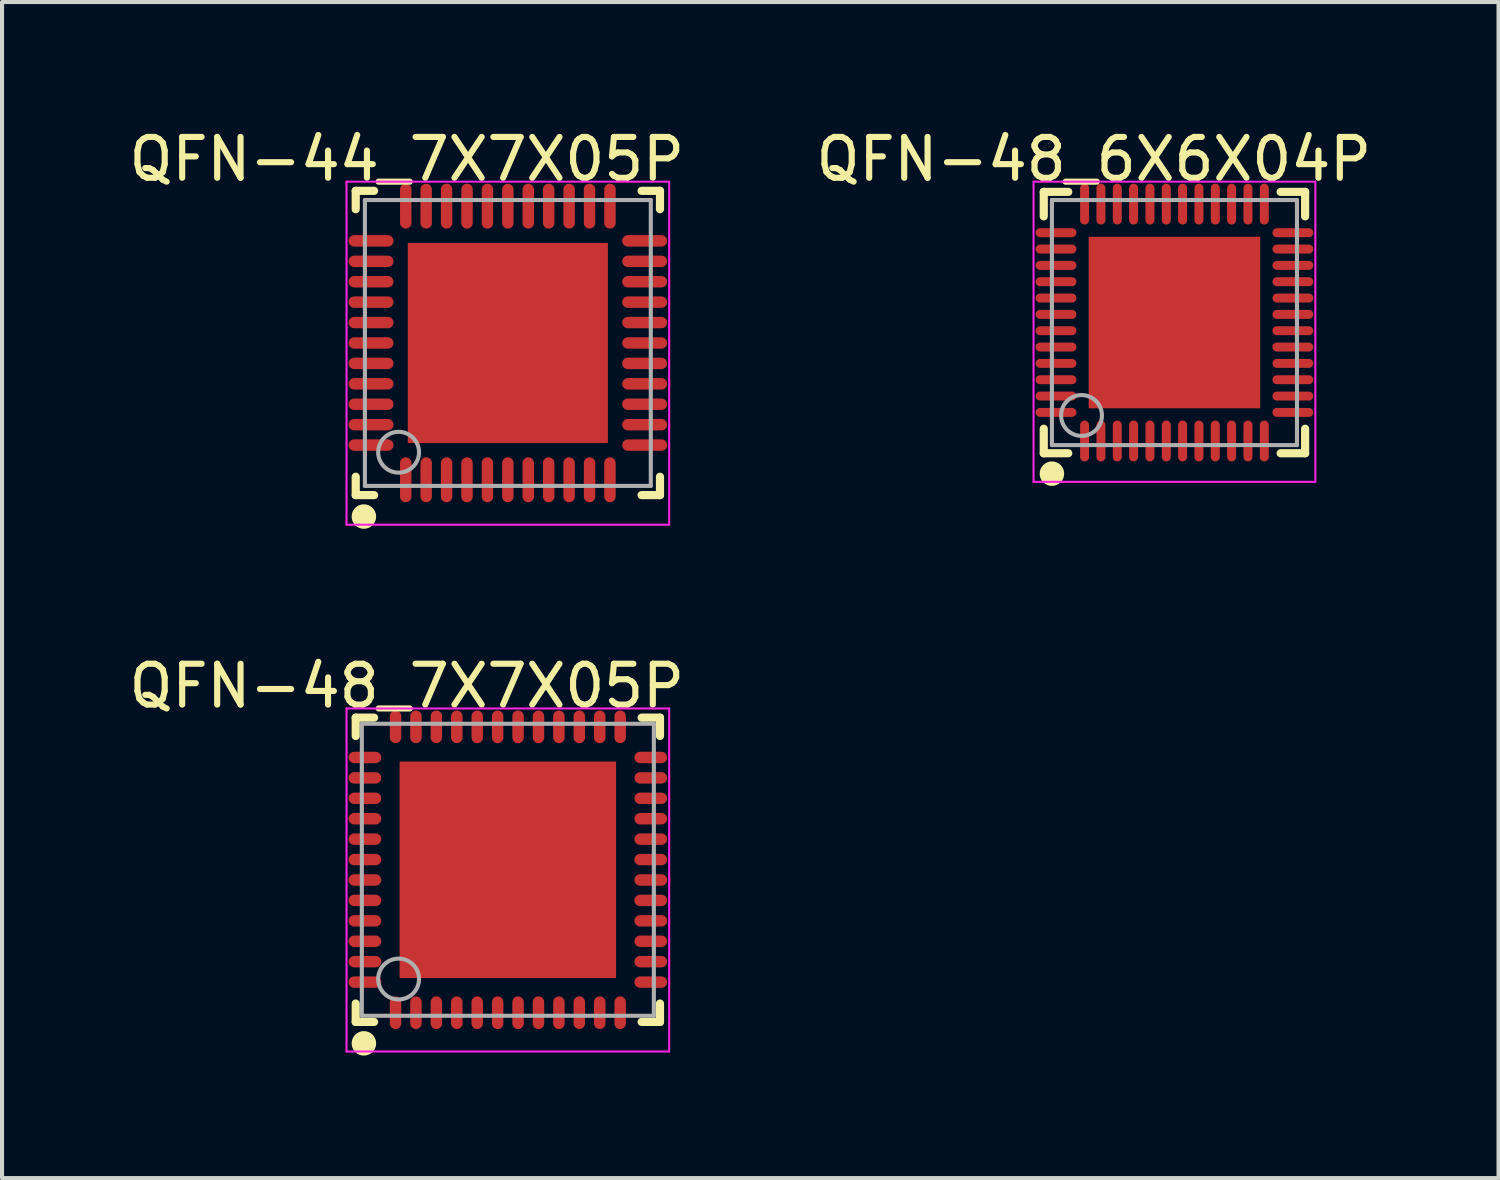
<source format=kicad_pcb>
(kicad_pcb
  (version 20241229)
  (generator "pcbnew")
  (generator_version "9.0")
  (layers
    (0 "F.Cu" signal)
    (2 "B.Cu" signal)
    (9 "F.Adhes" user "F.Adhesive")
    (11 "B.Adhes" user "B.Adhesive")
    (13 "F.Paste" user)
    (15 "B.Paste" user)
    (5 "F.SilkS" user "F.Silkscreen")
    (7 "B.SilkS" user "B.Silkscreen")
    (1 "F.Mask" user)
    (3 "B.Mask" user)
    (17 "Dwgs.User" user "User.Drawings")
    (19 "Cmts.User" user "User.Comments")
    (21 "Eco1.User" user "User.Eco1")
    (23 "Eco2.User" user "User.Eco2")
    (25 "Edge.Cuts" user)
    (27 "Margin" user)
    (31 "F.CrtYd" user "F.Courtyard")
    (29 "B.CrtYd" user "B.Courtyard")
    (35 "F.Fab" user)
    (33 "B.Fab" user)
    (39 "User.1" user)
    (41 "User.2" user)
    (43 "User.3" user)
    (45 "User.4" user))
  (footprint "QFN-48_6X6X04P"
    (layer "F.Cu")
    (at 25.707 4.848)
    (property "Reference" "QFN-48_6X6X04P" (at -1.974 -4 0) (layer "F.SilkS") (effects (font (size 1 1) (thickness 0.15))))
    (attr through_hole)
    (fp_line (start -3.2 -3.2) (end -2.6 -3.2) (stroke (width 0.2) (type solid)) (layer "F.SilkS"))
    (fp_line (start -3.2 -2.6) (end -3.2 -3.2) (stroke (width 0.2) (type solid)) (layer "F.SilkS"))
    (fp_line (start -3.2 3.2) (end -3.2 2.6) (stroke (width 0.2) (type solid)) (layer "F.SilkS"))
    (fp_line (start -3.2 3.2) (end -2.6 3.2) (stroke (width 0.2) (type solid)) (layer "F.SilkS"))
    (fp_line (start 2.6 -3.2) (end 3.2 -3.2) (stroke (width 0.2) (type solid)) (layer "F.SilkS"))
    (fp_line (start 2.6 3.2) (end 3.2 3.2) (stroke (width 0.2) (type solid)) (layer "F.SilkS"))
    (fp_line (start 3.2 -2.6) (end 3.2 -3.2) (stroke (width 0.2) (type solid)) (layer "F.SilkS"))
    (fp_line (start 3.2 3.2) (end 3.2 2.6) (stroke (width 0.2) (type solid)) (layer "F.SilkS"))
    (fp_circle (center -3 3.7) (end -2.85 3.7) (stroke (width 0.3) (type solid)) (fill no) (layer "F.SilkS"))
    (fp_line (start -3.45 -3.45) (end 3.45 -3.45) (stroke (width 0.05) (type solid)) (layer "F.CrtYd"))
    (fp_line (start -3.45 3.9) (end -3.45 -3.45) (stroke (width 0.05) (type solid)) (layer "F.CrtYd"))
    (fp_line (start 3.45 -3.45) (end 3.45 3.9) (stroke (width 0.05) (type solid)) (layer "F.CrtYd"))
    (fp_line (start 3.45 3.9) (end -3.45 3.9) (stroke (width 0.05) (type solid)) (layer "F.CrtYd"))
    (fp_line (start -3 -3) (end 3 -3) (stroke (width 0.1) (type solid)) (layer "F.Fab"))
    (fp_line (start -3 3) (end -3 -3) (stroke (width 0.1) (type solid)) (layer "F.Fab"))
    (fp_line (start -3 3) (end 3 3) (stroke (width 0.1) (type solid)) (layer "F.Fab"))
    (fp_line (start 3 3) (end 3 -3) (stroke (width 0.1) (type solid)) (layer "F.Fab"))
    (fp_circle (center -2.275 2.275) (end -1.775 2.275) (stroke (width 0.1) (type solid)) (fill no) (layer "F.Fab"))
    (pad "0" smd rect (at 0 0 90) (size 4.2 4.2) (layers "F.Cu" "F.Mask" "F.Paste"))
    (pad "1" smd oval (at -2.2 2.9) (size 0.22 1) (layers "F.Cu" "F.Mask" "F.Paste"))
    (pad "2" smd oval (at -1.8 2.9) (size 0.22 1) (layers "F.Cu" "F.Mask" "F.Paste"))
    (pad "3" smd oval (at -1.4 2.9) (size 0.22 1) (layers "F.Cu" "F.Mask" "F.Paste"))
    (pad "4" smd oval (at -1 2.9) (size 0.22 1) (layers "F.Cu" "F.Mask" "F.Paste"))
    (pad "5" smd oval (at -0.6 2.9) (size 0.22 1) (layers "F.Cu" "F.Mask" "F.Paste"))
    (pad "6" smd oval (at -0.2 2.9) (size 0.22 1) (layers "F.Cu" "F.Mask" "F.Paste"))
    (pad "7" smd oval (at 0.2 2.9) (size 0.22 1) (layers "F.Cu" "F.Mask" "F.Paste"))
    (pad "8" smd oval (at 0.6 2.9) (size 0.22 1) (layers "F.Cu" "F.Mask" "F.Paste"))
    (pad "9" smd oval (at 1 2.9) (size 0.22 1) (layers "F.Cu" "F.Mask" "F.Paste"))
    (pad "10" smd oval (at 1.4 2.9) (size 0.22 1) (layers "F.Cu" "F.Mask" "F.Paste"))
    (pad "11" smd oval (at 1.8 2.9) (size 0.22 1) (layers "F.Cu" "F.Mask" "F.Paste"))
    (pad "12" smd oval (at 2.2 2.9) (size 0.22 1) (layers "F.Cu" "F.Mask" "F.Paste"))
    (pad "13" smd oval (at 2.9 2.2 90) (size 0.22 1) (layers "F.Cu" "F.Mask" "F.Paste"))
    (pad "14" smd oval (at 2.9 1.8 90) (size 0.22 1) (layers "F.Cu" "F.Mask" "F.Paste"))
    (pad "15" smd oval (at 2.9 1.4 90) (size 0.22 1) (layers "F.Cu" "F.Mask" "F.Paste"))
    (pad "16" smd oval (at 2.9 1 90) (size 0.22 1) (layers "F.Cu" "F.Mask" "F.Paste"))
    (pad "17" smd oval (at 2.9 0.6 90) (size 0.22 1) (layers "F.Cu" "F.Mask" "F.Paste"))
    (pad "18" smd oval (at 2.9 0.2 90) (size 0.22 1) (layers "F.Cu" "F.Mask" "F.Paste"))
    (pad "19" smd oval (at 2.9 -0.2 90) (size 0.22 1) (layers "F.Cu" "F.Mask" "F.Paste"))
    (pad "20" smd oval (at 2.9 -0.6 90) (size 0.22 1) (layers "F.Cu" "F.Mask" "F.Paste"))
    (pad "21" smd oval (at 2.9 -1 90) (size 0.22 1) (layers "F.Cu" "F.Mask" "F.Paste"))
    (pad "22" smd oval (at 2.9 -1.4 90) (size 0.22 1) (layers "F.Cu" "F.Mask" "F.Paste"))
    (pad "23" smd oval (at 2.9 -1.8 90) (size 0.22 1) (layers "F.Cu" "F.Mask" "F.Paste"))
    (pad "24" smd oval (at 2.9 -2.2 90) (size 0.22 1) (layers "F.Cu" "F.Mask" "F.Paste"))
    (pad "25" smd oval (at 2.2 -2.9 180) (size 0.22 1) (layers "F.Cu" "F.Mask" "F.Paste"))
    (pad "26" smd oval (at 1.8 -2.9 180) (size 0.22 1) (layers "F.Cu" "F.Mask" "F.Paste"))
    (pad "27" smd oval (at 1.4 -2.9 180) (size 0.22 1) (layers "F.Cu" "F.Mask" "F.Paste"))
    (pad "28" smd oval (at 1 -2.9 180) (size 0.22 1) (layers "F.Cu" "F.Mask" "F.Paste"))
    (pad "29" smd oval (at 0.6 -2.9 180) (size 0.22 1) (layers "F.Cu" "F.Mask" "F.Paste"))
    (pad "30" smd oval (at 0.2 -2.9 180) (size 0.22 1) (layers "F.Cu" "F.Mask" "F.Paste"))
    (pad "31" smd oval (at -0.2 -2.9 180) (size 0.22 1) (layers "F.Cu" "F.Mask" "F.Paste"))
    (pad "32" smd oval (at -0.6 -2.9 180) (size 0.22 1) (layers "F.Cu" "F.Mask" "F.Paste"))
    (pad "33" smd oval (at -1 -2.9 180) (size 0.22 1) (layers "F.Cu" "F.Mask" "F.Paste"))
    (pad "34" smd oval (at -1.4 -2.9 180) (size 0.22 1) (layers "F.Cu" "F.Mask" "F.Paste"))
    (pad "35" smd oval (at -1.8 -2.9 180) (size 0.22 1) (layers "F.Cu" "F.Mask" "F.Paste"))
    (pad "36" smd oval (at -2.2 -2.9 180) (size 0.22 1) (layers "F.Cu" "F.Mask" "F.Paste"))
    (pad "37" smd oval (at -2.9 -2.2 270) (size 0.22 1) (layers "F.Cu" "F.Mask" "F.Paste"))
    (pad "38" smd oval (at -2.9 -1.8 270) (size 0.22 1) (layers "F.Cu" "F.Mask" "F.Paste"))
    (pad "39" smd oval (at -2.9 -1.4 270) (size 0.22 1) (layers "F.Cu" "F.Mask" "F.Paste"))
    (pad "40" smd oval (at -2.9 -1 270) (size 0.22 1) (layers "F.Cu" "F.Mask" "F.Paste"))
    (pad "41" smd oval (at -2.9 -0.6 270) (size 0.22 1) (layers "F.Cu" "F.Mask" "F.Paste"))
    (pad "42" smd oval (at -2.9 -0.2 270) (size 0.22 1) (layers "F.Cu" "F.Mask" "F.Paste"))
    (pad "43" smd oval (at -2.9 0.2 270) (size 0.22 1) (layers "F.Cu" "F.Mask" "F.Paste"))
    (pad "44" smd oval (at -2.9 0.6 270) (size 0.22 1) (layers "F.Cu" "F.Mask" "F.Paste"))
    (pad "45" smd oval (at -2.9 1 270) (size 0.22 1) (layers "F.Cu" "F.Mask" "F.Paste"))
    (pad "46" smd oval (at -2.9 1.4 270) (size 0.22 1) (layers "F.Cu" "F.Mask" "F.Paste"))
    (pad "47" smd oval (at -2.9 1.8 270) (size 0.22 1) (layers "F.Cu" "F.Mask" "F.Paste"))
    (pad "48" smd oval (at -2.9 2.2 270) (size 0.22 1) (layers "F.Cu" "F.Mask" "F.Paste")))
  (footprint "QFN-48_7X7X05P"
    (layer "F.Cu")
    (at 9.385 18.247)
    (property "Reference" "QFN-48_7X7X05P" (at -2.474 -4.5 0) (layer "F.SilkS") (effects (font (size 1 1) (thickness 0.15))))
    (attr through_hole)
    (fp_line (start -3.725 -3.725) (end -3.275 -3.725) (stroke (width 0.2) (type solid)) (layer "F.SilkS"))
    (fp_line (start -3.725 -3.275) (end -3.725 -3.725) (stroke (width 0.2) (type solid)) (layer "F.SilkS"))
    (fp_line (start -3.725 3.725) (end -3.725 3.275) (stroke (width 0.2) (type solid)) (layer "F.SilkS"))
    (fp_line (start -3.725 3.725) (end -3.275 3.725) (stroke (width 0.2) (type solid)) (layer "F.SilkS"))
    (fp_line (start 3.275 -3.725) (end 3.725 -3.725) (stroke (width 0.2) (type solid)) (layer "F.SilkS"))
    (fp_line (start 3.275 3.725) (end 3.725 3.725) (stroke (width 0.2) (type solid)) (layer "F.SilkS"))
    (fp_line (start 3.725 -3.275) (end 3.725 -3.725) (stroke (width 0.2) (type solid)) (layer "F.SilkS"))
    (fp_line (start 3.725 3.725) (end 3.725 3.275) (stroke (width 0.2) (type solid)) (layer "F.SilkS"))
    (fp_circle (center -3.525 4.25) (end -3.375 4.25) (stroke (width 0.3) (type solid)) (fill no) (layer "F.SilkS"))
    (fp_line (start -3.95 -3.95) (end 3.95 -3.95) (stroke (width 0.05) (type solid)) (layer "F.CrtYd"))
    (fp_line (start -3.95 4.45) (end -3.95 -3.95) (stroke (width 0.05) (type solid)) (layer "F.CrtYd"))
    (fp_line (start 3.95 -3.95) (end 3.95 4.45) (stroke (width 0.05) (type solid)) (layer "F.CrtYd"))
    (fp_line (start 3.95 4.45) (end -3.95 4.45) (stroke (width 0.05) (type solid)) (layer "F.CrtYd"))
    (fp_line (start -3.575 -3.575) (end 3.575 -3.575) (stroke (width 0.1) (type solid)) (layer "F.Fab"))
    (fp_line (start -3.575 3.575) (end -3.575 -3.575) (stroke (width 0.1) (type solid)) (layer "F.Fab"))
    (fp_line (start -3.575 3.575) (end 3.575 3.575) (stroke (width 0.1) (type solid)) (layer "F.Fab"))
    (fp_line (start 3.575 3.575) (end 3.575 -3.575) (stroke (width 0.1) (type solid)) (layer "F.Fab"))
    (fp_circle (center -2.675 2.675) (end -2.175 2.675) (stroke (width 0.1) (type solid)) (fill no) (layer "F.Fab"))
    (pad "0" smd rect (at 0 0 90) (size 5.3 5.3) (layers "F.Cu" "F.Mask" "F.Paste"))
    (pad "1" smd oval (at -2.75 3.5 180) (size 0.28 0.8) (layers "F.Cu" "F.Mask" "F.Paste"))
    (pad "2" smd oval (at -2.25 3.5 180) (size 0.28 0.8) (layers "F.Cu" "F.Mask" "F.Paste"))
    (pad "3" smd oval (at -1.75 3.5 180) (size 0.28 0.8) (layers "F.Cu" "F.Mask" "F.Paste"))
    (pad "4" smd oval (at -1.25 3.5 180) (size 0.28 0.8) (layers "F.Cu" "F.Mask" "F.Paste"))
    (pad "5" smd oval (at -0.75 3.5 180) (size 0.28 0.8) (layers "F.Cu" "F.Mask" "F.Paste"))
    (pad "6" smd oval (at -0.25 3.5 180) (size 0.28 0.8) (layers "F.Cu" "F.Mask" "F.Paste"))
    (pad "7" smd oval (at 0.25 3.5 180) (size 0.28 0.8) (layers "F.Cu" "F.Mask" "F.Paste"))
    (pad "8" smd oval (at 0.75 3.5 180) (size 0.28 0.8) (layers "F.Cu" "F.Mask" "F.Paste"))
    (pad "9" smd oval (at 1.25 3.5 180) (size 0.28 0.8) (layers "F.Cu" "F.Mask" "F.Paste"))
    (pad "10" smd oval (at 1.75 3.5 180) (size 0.28 0.8) (layers "F.Cu" "F.Mask" "F.Paste"))
    (pad "11" smd oval (at 2.25 3.5 180) (size 0.28 0.8) (layers "F.Cu" "F.Mask" "F.Paste"))
    (pad "12" smd oval (at 2.75 3.5 180) (size 0.28 0.8) (layers "F.Cu" "F.Mask" "F.Paste"))
    (pad "13" smd oval (at 3.5 2.75 90) (size 0.28 0.8) (layers "F.Cu" "F.Mask" "F.Paste"))
    (pad "14" smd oval (at 3.5 2.25 90) (size 0.28 0.8) (layers "F.Cu" "F.Mask" "F.Paste"))
    (pad "15" smd oval (at 3.5 1.75 90) (size 0.28 0.8) (layers "F.Cu" "F.Mask" "F.Paste"))
    (pad "16" smd oval (at 3.5 1.25 90) (size 0.28 0.8) (layers "F.Cu" "F.Mask" "F.Paste"))
    (pad "17" smd oval (at 3.5 0.75 90) (size 0.28 0.8) (layers "F.Cu" "F.Mask" "F.Paste"))
    (pad "18" smd oval (at 3.5 0.25 90) (size 0.28 0.8) (layers "F.Cu" "F.Mask" "F.Paste"))
    (pad "19" smd oval (at 3.5 -0.25 90) (size 0.28 0.8) (layers "F.Cu" "F.Mask" "F.Paste"))
    (pad "20" smd oval (at 3.5 -0.75 90) (size 0.28 0.8) (layers "F.Cu" "F.Mask" "F.Paste"))
    (pad "21" smd oval (at 3.5 -1.25 90) (size 0.28 0.8) (layers "F.Cu" "F.Mask" "F.Paste"))
    (pad "22" smd oval (at 3.5 -1.75 90) (size 0.28 0.8) (layers "F.Cu" "F.Mask" "F.Paste"))
    (pad "23" smd oval (at 3.5 -2.25 90) (size 0.28 0.8) (layers "F.Cu" "F.Mask" "F.Paste"))
    (pad "24" smd oval (at 3.5 -2.75 90) (size 0.28 0.8) (layers "F.Cu" "F.Mask" "F.Paste"))
    (pad "25" smd oval (at 2.75 -3.5 180) (size 0.28 0.8) (layers "F.Cu" "F.Mask" "F.Paste"))
    (pad "26" smd oval (at 2.25 -3.5 180) (size 0.28 0.8) (layers "F.Cu" "F.Mask" "F.Paste"))
    (pad "27" smd oval (at 1.75 -3.5 180) (size 0.28 0.8) (layers "F.Cu" "F.Mask" "F.Paste"))
    (pad "28" smd oval (at 1.25 -3.5 180) (size 0.28 0.8) (layers "F.Cu" "F.Mask" "F.Paste"))
    (pad "29" smd oval (at 0.75 -3.5 180) (size 0.28 0.8) (layers "F.Cu" "F.Mask" "F.Paste"))
    (pad "30" smd oval (at 0.25 -3.5 180) (size 0.28 0.8) (layers "F.Cu" "F.Mask" "F.Paste"))
    (pad "31" smd oval (at -0.25 -3.5 180) (size 0.28 0.8) (layers "F.Cu" "F.Mask" "F.Paste"))
    (pad "32" smd oval (at -0.75 -3.5 180) (size 0.28 0.8) (layers "F.Cu" "F.Mask" "F.Paste"))
    (pad "33" smd oval (at -1.25 -3.5 180) (size 0.28 0.8) (layers "F.Cu" "F.Mask" "F.Paste"))
    (pad "34" smd oval (at -1.75 -3.5 180) (size 0.28 0.8) (layers "F.Cu" "F.Mask" "F.Paste"))
    (pad "35" smd oval (at -2.25 -3.5 180) (size 0.28 0.8) (layers "F.Cu" "F.Mask" "F.Paste"))
    (pad "36" smd oval (at -2.75 -3.5 180) (size 0.28 0.8) (layers "F.Cu" "F.Mask" "F.Paste"))
    (pad "37" smd oval (at -3.5 -2.75 90) (size 0.28 0.8) (layers "F.Cu" "F.Mask" "F.Paste"))
    (pad "38" smd oval (at -3.5 -2.25 90) (size 0.28 0.8) (layers "F.Cu" "F.Mask" "F.Paste"))
    (pad "39" smd oval (at -3.5 -1.75 90) (size 0.28 0.8) (layers "F.Cu" "F.Mask" "F.Paste"))
    (pad "40" smd oval (at -3.5 -1.25 90) (size 0.28 0.8) (layers "F.Cu" "F.Mask" "F.Paste"))
    (pad "41" smd oval (at -3.5 -0.75 90) (size 0.28 0.8) (layers "F.Cu" "F.Mask" "F.Paste"))
    (pad "42" smd oval (at -3.5 -0.25 90) (size 0.28 0.8) (layers "F.Cu" "F.Mask" "F.Paste"))
    (pad "43" smd oval (at -3.5 0.25 90) (size 0.28 0.8) (layers "F.Cu" "F.Mask" "F.Paste"))
    (pad "44" smd oval (at -3.5 0.75 90) (size 0.28 0.8) (layers "F.Cu" "F.Mask" "F.Paste"))
    (pad "45" smd oval (at -3.5 1.25 90) (size 0.28 0.8) (layers "F.Cu" "F.Mask" "F.Paste"))
    (pad "46" smd oval (at -3.5 1.75 90) (size 0.28 0.8) (layers "F.Cu" "F.Mask" "F.Paste"))
    (pad "47" smd oval (at -3.5 2.25 90) (size 0.28 0.8) (layers "F.Cu" "F.Mask" "F.Paste"))
    (pad "48" smd oval (at -3.5 2.75 90) (size 0.28 0.8) (layers "F.Cu" "F.Mask" "F.Paste")))
  (footprint "QFN-44_7X7X05P"
    (layer "F.Cu")
    (at 9.385 5.348)
    (property "Reference" "QFN-44_7X7X05P" (at -2.474 -4.5 0) (layer "F.SilkS") (effects (font (size 1 1) (thickness 0.15))))
    (attr through_hole)
    (fp_line (start -3.725 -3.725) (end -3.275 -3.725) (stroke (width 0.2) (type solid)) (layer "F.SilkS"))
    (fp_line (start -3.725 -3.275) (end -3.725 -3.725) (stroke (width 0.2) (type solid)) (layer "F.SilkS"))
    (fp_line (start -3.725 3.725) (end -3.725 3.275) (stroke (width 0.2) (type solid)) (layer "F.SilkS"))
    (fp_line (start -3.725 3.725) (end -3.275 3.725) (stroke (width 0.2) (type solid)) (layer "F.SilkS"))
    (fp_line (start 3.275 -3.725) (end 3.725 -3.725) (stroke (width 0.2) (type solid)) (layer "F.SilkS"))
    (fp_line (start 3.275 3.725) (end 3.725 3.725) (stroke (width 0.2) (type solid)) (layer "F.SilkS"))
    (fp_line (start 3.725 -3.275) (end 3.725 -3.725) (stroke (width 0.2) (type solid)) (layer "F.SilkS"))
    (fp_line (start 3.725 3.725) (end 3.725 3.275) (stroke (width 0.2) (type solid)) (layer "F.SilkS"))
    (fp_circle (center -3.525 4.25) (end -3.375 4.25) (stroke (width 0.3) (type solid)) (fill no) (layer "F.SilkS"))
    (fp_line (start -3.95 -3.95) (end 3.95 -3.95) (stroke (width 0.05) (type solid)) (layer "F.CrtYd"))
    (fp_line (start -3.95 4.45) (end -3.95 -3.95) (stroke (width 0.05) (type solid)) (layer "F.CrtYd"))
    (fp_line (start 3.95 -3.95) (end 3.95 4.45) (stroke (width 0.05) (type solid)) (layer "F.CrtYd"))
    (fp_line (start 3.95 4.45) (end -3.95 4.45) (stroke (width 0.05) (type solid)) (layer "F.CrtYd"))
    (fp_line (start -3.5 -3.5) (end 3.5 -3.5) (stroke (width 0.1) (type solid)) (layer "F.Fab"))
    (fp_line (start -3.5 3.5) (end -3.5 -3.5) (stroke (width 0.1) (type solid)) (layer "F.Fab"))
    (fp_line (start -3.5 3.5) (end 3.5 3.5) (stroke (width 0.1) (type solid)) (layer "F.Fab"))
    (fp_line (start 3.5 3.5) (end 3.5 -3.5) (stroke (width 0.1) (type solid)) (layer "F.Fab"))
    (fp_circle (center -2.675 2.675) (end -2.175 2.675) (stroke (width 0.1) (type solid)) (fill no) (layer "F.Fab"))
    (pad "0" smd rect (at 0 0 90) (size 4.9 4.9) (layers "F.Cu" "F.Mask" "F.Paste"))
    (pad "1" smd oval (at -2.5 3.35) (size 0.28 1.1) (layers "F.Cu" "F.Mask" "F.Paste"))
    (pad "2" smd oval (at -2 3.35) (size 0.28 1.1) (layers "F.Cu" "F.Mask" "F.Paste"))
    (pad "3" smd oval (at -1.5 3.35) (size 0.28 1.1) (layers "F.Cu" "F.Mask" "F.Paste"))
    (pad "4" smd oval (at -1 3.35) (size 0.28 1.1) (layers "F.Cu" "F.Mask" "F.Paste"))
    (pad "5" smd oval (at -0.5 3.35) (size 0.28 1.1) (layers "F.Cu" "F.Mask" "F.Paste"))
    (pad "6" smd oval (at 0 3.35) (size 0.28 1.1) (layers "F.Cu" "F.Mask" "F.Paste"))
    (pad "7" smd oval (at 0.5 3.35) (size 0.28 1.1) (layers "F.Cu" "F.Mask" "F.Paste"))
    (pad "8" smd oval (at 1 3.35) (size 0.28 1.1) (layers "F.Cu" "F.Mask" "F.Paste"))
    (pad "9" smd oval (at 1.5 3.35) (size 0.28 1.1) (layers "F.Cu" "F.Mask" "F.Paste"))
    (pad "10" smd oval (at 2 3.35) (size 0.28 1.1) (layers "F.Cu" "F.Mask" "F.Paste"))
    (pad "11" smd oval (at 2.5 3.35) (size 0.28 1.1) (layers "F.Cu" "F.Mask" "F.Paste"))
    (pad "12" smd oval (at 3.35 2.5 90) (size 0.28 1.1) (layers "F.Cu" "F.Mask" "F.Paste"))
    (pad "13" smd oval (at 3.35 2 90) (size 0.28 1.1) (layers "F.Cu" "F.Mask" "F.Paste"))
    (pad "14" smd oval (at 3.35 1.5 90) (size 0.28 1.1) (layers "F.Cu" "F.Mask" "F.Paste"))
    (pad "15" smd oval (at 3.35 1 90) (size 0.28 1.1) (layers "F.Cu" "F.Mask" "F.Paste"))
    (pad "16" smd oval (at 3.35 0.5 90) (size 0.28 1.1) (layers "F.Cu" "F.Mask" "F.Paste"))
    (pad "17" smd oval (at 3.35 0 90) (size 0.28 1.1) (layers "F.Cu" "F.Mask" "F.Paste"))
    (pad "18" smd oval (at 3.35 -0.5 90) (size 0.28 1.1) (layers "F.Cu" "F.Mask" "F.Paste"))
    (pad "19" smd oval (at 3.35 -1 90) (size 0.28 1.1) (layers "F.Cu" "F.Mask" "F.Paste"))
    (pad "20" smd oval (at 3.35 -1.5 90) (size 0.28 1.1) (layers "F.Cu" "F.Mask" "F.Paste"))
    (pad "21" smd oval (at 3.35 -2 90) (size 0.28 1.1) (layers "F.Cu" "F.Mask" "F.Paste"))
    (pad "22" smd oval (at 3.35 -2.5 90) (size 0.28 1.1) (layers "F.Cu" "F.Mask" "F.Paste"))
    (pad "23" smd oval (at 2.5 -3.35 180) (size 0.28 1.1) (layers "F.Cu" "F.Mask" "F.Paste"))
    (pad "24" smd oval (at 2 -3.35 180) (size 0.28 1.1) (layers "F.Cu" "F.Mask" "F.Paste"))
    (pad "25" smd oval (at 1.5 -3.35 180) (size 0.28 1.1) (layers "F.Cu" "F.Mask" "F.Paste"))
    (pad "26" smd oval (at 1 -3.35 180) (size 0.28 1.1) (layers "F.Cu" "F.Mask" "F.Paste"))
    (pad "27" smd oval (at 0.5 -3.35 180) (size 0.28 1.1) (layers "F.Cu" "F.Mask" "F.Paste"))
    (pad "28" smd oval (at 0 -3.35 180) (size 0.28 1.1) (layers "F.Cu" "F.Mask" "F.Paste"))
    (pad "29" smd oval (at -0.5 -3.35 180) (size 0.28 1.1) (layers "F.Cu" "F.Mask" "F.Paste"))
    (pad "30" smd oval (at -1 -3.35 180) (size 0.28 1.1) (layers "F.Cu" "F.Mask" "F.Paste"))
    (pad "31" smd oval (at -1.5 -3.35 180) (size 0.28 1.1) (layers "F.Cu" "F.Mask" "F.Paste"))
    (pad "32" smd oval (at -2 -3.35 180) (size 0.28 1.1) (layers "F.Cu" "F.Mask" "F.Paste"))
    (pad "33" smd oval (at -2.5 -3.35 180) (size 0.28 1.1) (layers "F.Cu" "F.Mask" "F.Paste"))
    (pad "34" smd oval (at -3.35 -2.5 270) (size 0.28 1.1) (layers "F.Cu" "F.Mask" "F.Paste"))
    (pad "35" smd oval (at -3.35 -2 270) (size 0.28 1.1) (layers "F.Cu" "F.Mask" "F.Paste"))
    (pad "36" smd oval (at -3.35 -1.5 270) (size 0.28 1.1) (layers "F.Cu" "F.Mask" "F.Paste"))
    (pad "37" smd oval (at -3.35 -1 270) (size 0.28 1.1) (layers "F.Cu" "F.Mask" "F.Paste"))
    (pad "38" smd oval (at -3.35 -0.5 270) (size 0.28 1.1) (layers "F.Cu" "F.Mask" "F.Paste"))
    (pad "39" smd oval (at -3.35 0 270) (size 0.28 1.1) (layers "F.Cu" "F.Mask" "F.Paste"))
    (pad "40" smd oval (at -3.35 0.5 270) (size 0.28 1.1) (layers "F.Cu" "F.Mask" "F.Paste"))
    (pad "41" smd oval (at -3.35 1 270) (size 0.28 1.1) (layers "F.Cu" "F.Mask" "F.Paste"))
    (pad "42" smd oval (at -3.35 1.5 270) (size 0.28 1.1) (layers "F.Cu" "F.Mask" "F.Paste"))
    (pad "43" smd oval (at -3.35 2 270) (size 0.28 1.1) (layers "F.Cu" "F.Mask" "F.Paste"))
    (pad "44" smd oval (at -3.35 2.5 270) (size 0.28 1.1) (layers "F.Cu" "F.Mask" "F.Paste")))
  (gr_rect
    (start -3 -3)
    (end 33.643 25.797)
    (stroke (width 0.1) (type default))
    (fill no)
    (layer "Edge.Cuts")))
</source>
